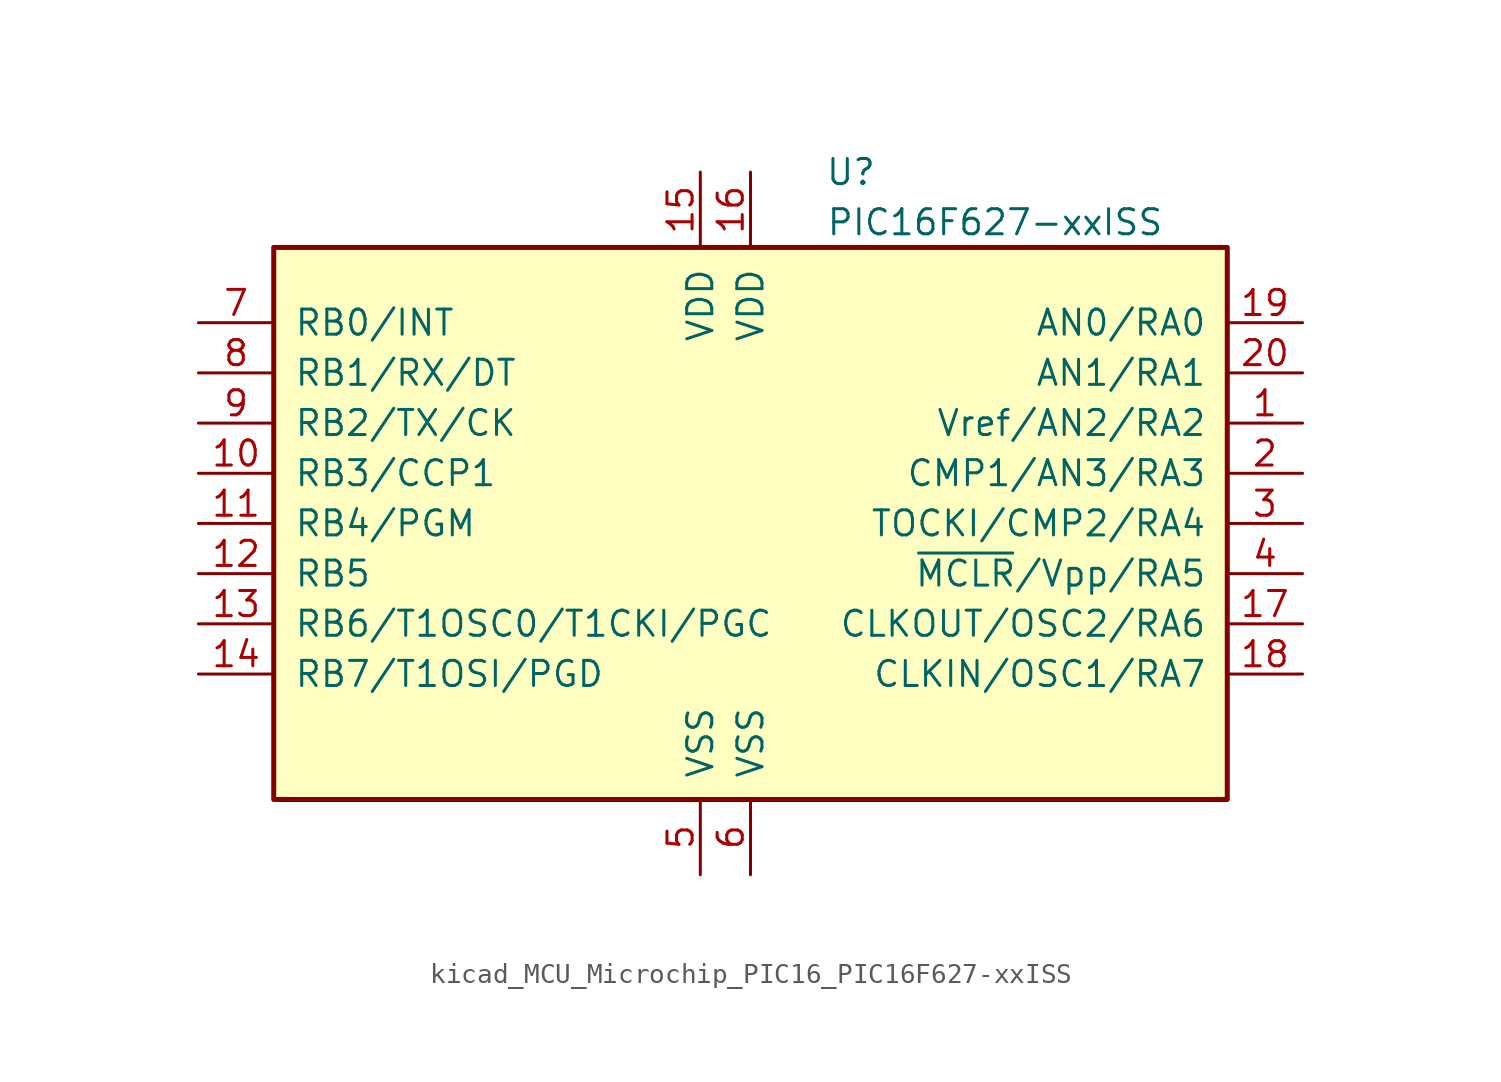
<source format=kicad_sym>
(kicad_symbol_lib
  (version 20220914)
  (generator kicad_symbol_editor)
  (symbol "kicad_MCU_Microchip_PIC16_PIC16F627-xxISS"
    (pin_names
      (offset 1.016))
    (property "Reference" "U"
      (at 5.08 17.78 0)
      (effects (font (size 1.27 1.27))))
    (property "Value" "PIC16F627-xxISS"
      (at 3.81 15.24 0)
      (effects (font (size 1.27 1.27)) (justify left)))
    (symbol "kicad_MCU_Microchip_PIC16_PIC16F627-xxISS_0_1"
      (rectangle (start 24.13 13.97) (end -24.13 -13.97) (stroke (width 0.254) (type default)) (fill (type background))))
    (symbol "kicad_MCU_Microchip_PIC16_PIC16F627-xxISS_1_1"
      (pin bidirectional line (at 27.94 5.08 180) (length 3.81) (name "Vref/AN2/RA2" (effects (font (size 1.27 1.27)))) (number "1" (effects (font (size 1.27 1.27)))))
      (pin bidirectional line (at -27.94 2.54 0) (length 3.81) (name "RB3/CCP1" (effects (font (size 1.27 1.27)))) (number "10" (effects (font (size 1.27 1.27)))))
      (pin bidirectional line (at -27.94 0 0) (length 3.81) (name "RB4/PGM" (effects (font (size 1.27 1.27)))) (number "11" (effects (font (size 1.27 1.27)))))
      (pin bidirectional line (at -27.94 -2.54 0) (length 3.81) (name "RB5" (effects (font (size 1.27 1.27)))) (number "12" (effects (font (size 1.27 1.27)))))
      (pin bidirectional line (at -27.94 -5.08 0) (length 3.81) (name "RB6/T1OSC0/T1CKI/PGC" (effects (font (size 1.27 1.27)))) (number "13" (effects (font (size 1.27 1.27)))))
      (pin bidirectional line (at -27.94 -7.62 0) (length 3.81) (name "RB7/T1OSI/PGD" (effects (font (size 1.27 1.27)))) (number "14" (effects (font (size 1.27 1.27)))))
      (pin power_in line (at -2.54 17.78 270) (length 3.81) (name "VDD" (effects (font (size 1.27 1.27)))) (number "15" (effects (font (size 1.27 1.27)))))
      (pin power_in line (at 0 17.78 270) (length 3.81) (name "VDD" (effects (font (size 1.27 1.27)))) (number "16" (effects (font (size 1.27 1.27)))))
      (pin bidirectional line (at 27.94 -5.08 180) (length 3.81) (name "CLKOUT/OSC2/RA6" (effects (font (size 1.27 1.27)))) (number "17" (effects (font (size 1.27 1.27)))))
      (pin bidirectional line (at 27.94 -7.62 180) (length 3.81) (name "CLKIN/OSC1/RA7" (effects (font (size 1.27 1.27)))) (number "18" (effects (font (size 1.27 1.27)))))
      (pin bidirectional line (at 27.94 10.16 180) (length 3.81) (name "AN0/RA0" (effects (font (size 1.27 1.27)))) (number "19" (effects (font (size 1.27 1.27)))))
      (pin bidirectional line (at 27.94 2.54 180) (length 3.81) (name "CMP1/AN3/RA3" (effects (font (size 1.27 1.27)))) (number "2" (effects (font (size 1.27 1.27)))))
      (pin bidirectional line (at 27.94 7.62 180) (length 3.81) (name "AN1/RA1" (effects (font (size 1.27 1.27)))) (number "20" (effects (font (size 1.27 1.27)))))
      (pin bidirectional line (at 27.94 0 180) (length 3.81) (name "TOCKI/CMP2/RA4" (effects (font (size 1.27 1.27)))) (number "3" (effects (font (size 1.27 1.27)))))
      (pin input line (at 27.94 -2.54 180) (length 3.81) (name "~{MCLR}/Vpp/RA5" (effects (font (size 1.27 1.27)))) (number "4" (effects (font (size 1.27 1.27)))))
      (pin power_in line (at -2.54 -17.78 90) (length 3.81) (name "VSS" (effects (font (size 1.27 1.27)))) (number "5" (effects (font (size 1.27 1.27)))))
      (pin power_in line (at 0 -17.78 90) (length 3.81) (name "VSS" (effects (font (size 1.27 1.27)))) (number "6" (effects (font (size 1.27 1.27)))))
      (pin bidirectional line (at -27.94 10.16 0) (length 3.81) (name "RB0/INT" (effects (font (size 1.27 1.27)))) (number "7" (effects (font (size 1.27 1.27)))))
      (pin bidirectional line (at -27.94 7.62 0) (length 3.81) (name "RB1/RX/DT" (effects (font (size 1.27 1.27)))) (number "8" (effects (font (size 1.27 1.27)))))
      (pin bidirectional line (at -27.94 5.08 0) (length 3.81) (name "RB2/TX/CK" (effects (font (size 1.27 1.27)))) (number "9" (effects (font (size 1.27 1.27))))))))
</source>
